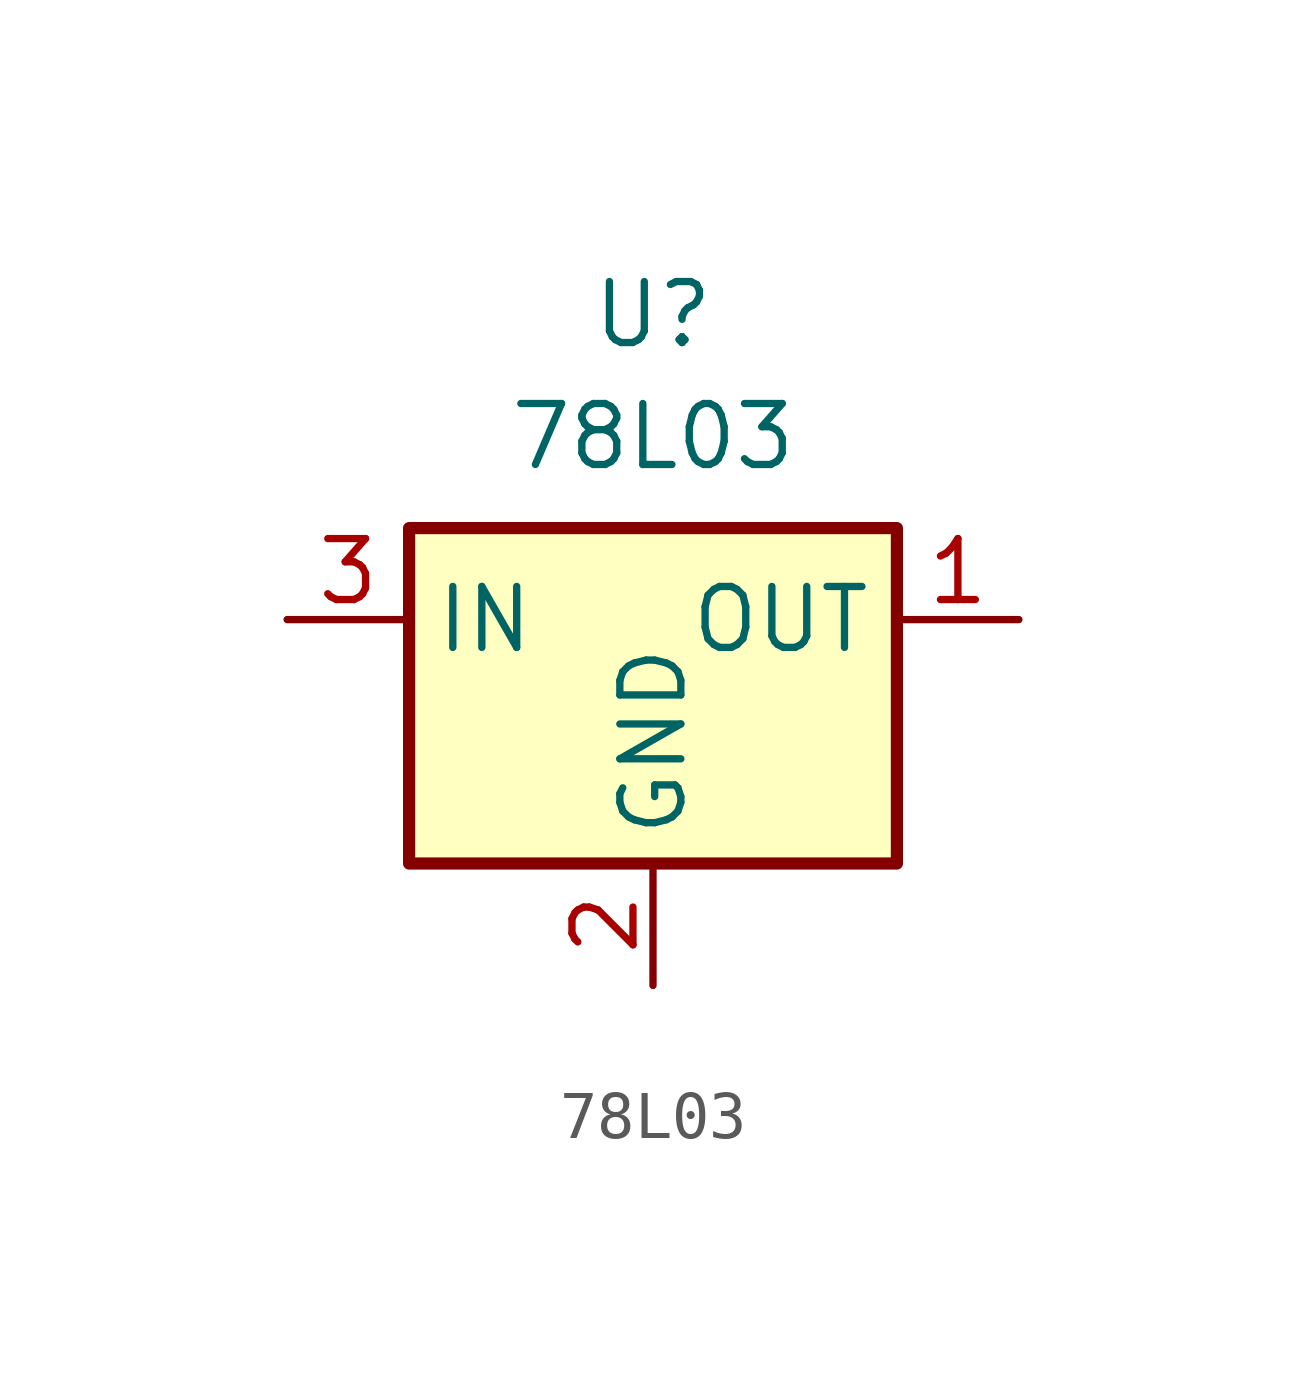
<source format=kicad_sym>
(kicad_symbol_lib
  (version 20211014)
  (generator kicad_symbol_editor)
  (symbol "78L03"
    (property "Reference" "U"
      (at 0 1.27 0)
      (effects (font (size 1.27 1.27))))
    (property "Value" "78L03"
      (at 0 -1.27 0)
      (effects (font (size 1.27 1.27))))
    (symbol "78L03_0_1"
      (rectangle (start -5.08 -3.175) (end 5.08 -10.16) (stroke (width 0.254) (type default) (color 0 0 0 0)) (fill (type background))))
    (symbol "78L03_1_1"
      (pin power_out line (at 7.62 -5.08 180) (length 2.54) (name "OUT" (effects (font (size 1.27 1.27)))) (number "1" (effects (font (size 1.27 1.27)))))
      (pin power_in line (at 0 -12.7 90) (length 2.54) (name "GND" (effects (font (size 1.27 1.27)))) (number "2" (effects (font (size 1.27 1.27)))))
      (pin power_in line (at -7.62 -5.08 0) (length 2.54) (name "IN" (effects (font (size 1.27 1.27)))) (number "3" (effects (font (size 1.27 1.27))))))))
</source>
